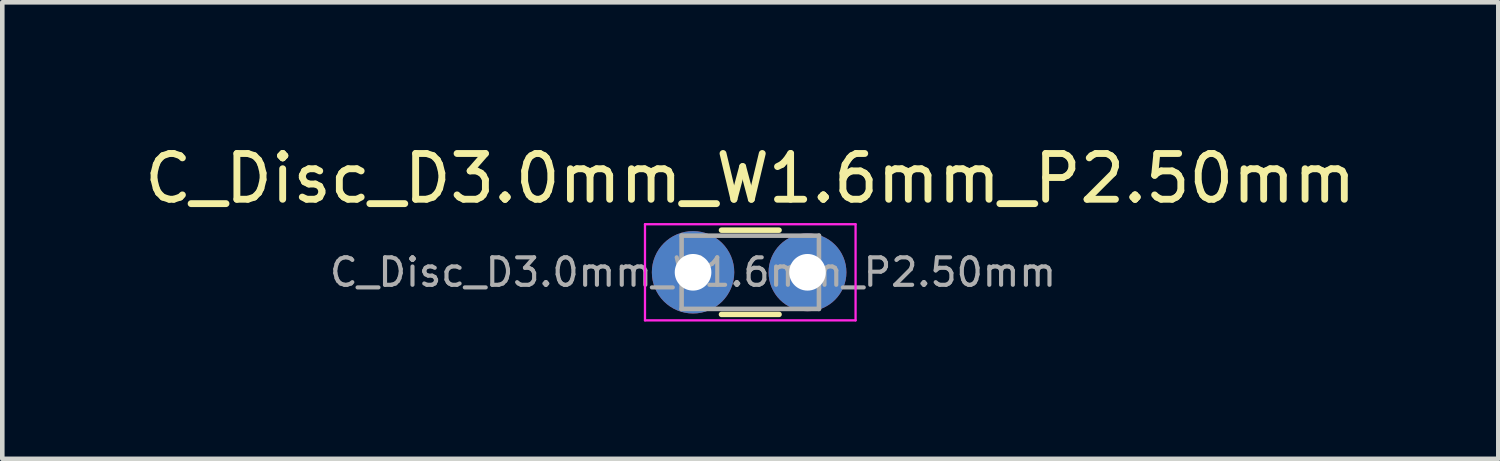
<source format=kicad_pcb>
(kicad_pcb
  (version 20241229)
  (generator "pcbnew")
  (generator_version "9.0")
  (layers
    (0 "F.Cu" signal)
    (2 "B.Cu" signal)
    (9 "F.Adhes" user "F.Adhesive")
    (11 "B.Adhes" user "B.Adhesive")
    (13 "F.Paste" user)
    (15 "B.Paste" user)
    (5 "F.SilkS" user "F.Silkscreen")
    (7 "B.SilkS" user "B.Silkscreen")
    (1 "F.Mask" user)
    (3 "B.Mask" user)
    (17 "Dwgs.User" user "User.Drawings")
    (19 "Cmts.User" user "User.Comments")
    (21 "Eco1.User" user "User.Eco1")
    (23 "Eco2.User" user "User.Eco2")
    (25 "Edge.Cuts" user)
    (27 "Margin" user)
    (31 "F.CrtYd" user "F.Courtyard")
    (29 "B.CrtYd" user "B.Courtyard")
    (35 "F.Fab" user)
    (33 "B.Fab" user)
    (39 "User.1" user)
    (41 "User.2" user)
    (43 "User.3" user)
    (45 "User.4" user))
  (footprint "C_Disc_D3.0mm_W1.6mm_P2.50mm"
    (layer "F.Cu")
    (at 12.089 2.898)
    (property "Reference" "C_Disc_D3.0mm_W1.6mm_P2.50mm" (at 1.25 -2.05 180) (layer "F.SilkS") (effects (font (size 1 1) (thickness 0.15))))
    (attr through_hole)
    (fp_line (start 0.621 -0.92) (end 1.879 -0.92) (stroke (width 0.12) (type solid)) (layer "F.SilkS"))
    (fp_line (start 0.621 0.92) (end 1.879 0.92) (stroke (width 0.12) (type solid)) (layer "F.SilkS"))
    (fp_line (start -1.05 -1.05) (end -1.05 1.05) (stroke (width 0.05) (type solid)) (layer "F.CrtYd"))
    (fp_line (start -1.05 1.05) (end 3.55 1.05) (stroke (width 0.05) (type solid)) (layer "F.CrtYd"))
    (fp_line (start 3.55 -1.05) (end -1.05 -1.05) (stroke (width 0.05) (type solid)) (layer "F.CrtYd"))
    (fp_line (start 3.55 1.05) (end 3.55 -1.05) (stroke (width 0.05) (type solid)) (layer "F.CrtYd"))
    (fp_line (start -0.25 -0.8) (end -0.25 0.8) (stroke (width 0.1) (type solid)) (layer "F.Fab"))
    (fp_line (start -0.25 0.8) (end 2.75 0.8) (stroke (width 0.1) (type solid)) (layer "F.Fab"))
    (fp_line (start 2.75 -0.8) (end -0.25 -0.8) (stroke (width 0.1) (type solid)) (layer "F.Fab"))
    (fp_line (start 2.75 0.8) (end 2.75 -0.8) (stroke (width 0.1) (type solid)) (layer "F.Fab"))
    (fp_text user "${REFERENCE}" (at 0 0 180) (layer "F.Fab") (effects (font (size 0.6 0.6) (thickness 0.09))))
    (pad "1" thru_hole circle (at 0 0) (size 1.8 1.8) (drill 0.8) (layers "*.Cu" "*.Mask"))
    (pad "2" thru_hole circle (at 2.5 0) (size 1.7 1.7) (drill 0.8) (layers "*.Cu" "*.Mask")))
  (gr_rect
    (start -3 -3)
    (end 29.679 6.973)
    (stroke (width 0.1) (type default))
    (fill no)
    (layer "Edge.Cuts")))
</source>
